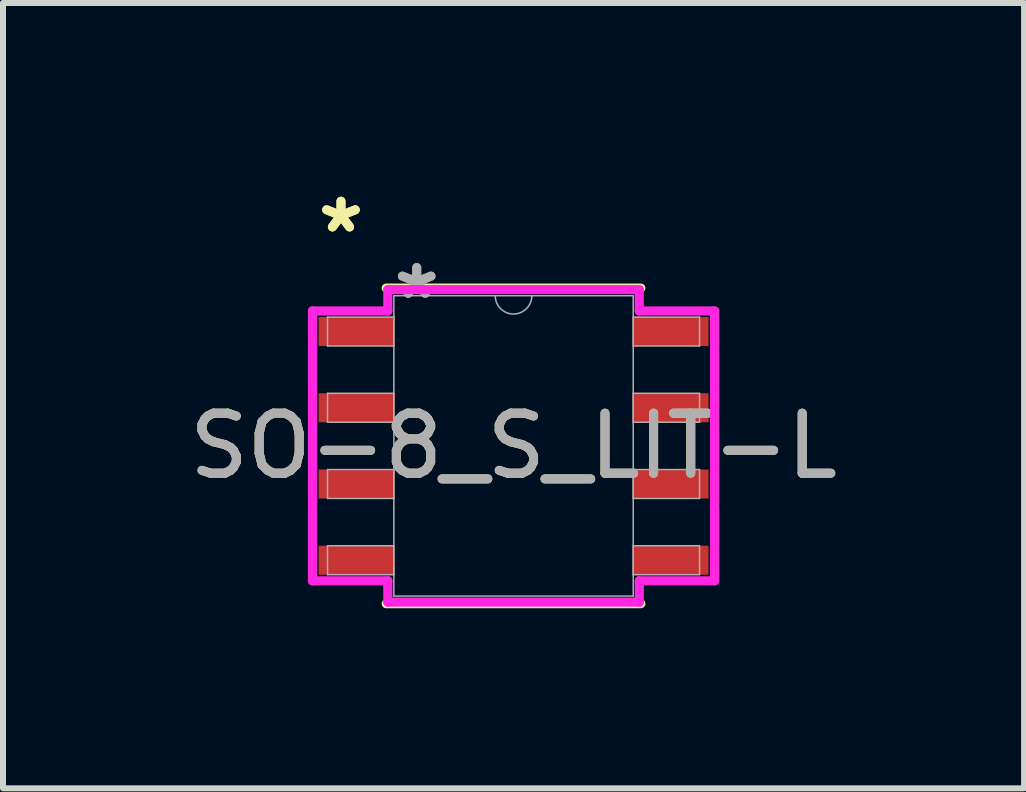
<source format=kicad_pcb>
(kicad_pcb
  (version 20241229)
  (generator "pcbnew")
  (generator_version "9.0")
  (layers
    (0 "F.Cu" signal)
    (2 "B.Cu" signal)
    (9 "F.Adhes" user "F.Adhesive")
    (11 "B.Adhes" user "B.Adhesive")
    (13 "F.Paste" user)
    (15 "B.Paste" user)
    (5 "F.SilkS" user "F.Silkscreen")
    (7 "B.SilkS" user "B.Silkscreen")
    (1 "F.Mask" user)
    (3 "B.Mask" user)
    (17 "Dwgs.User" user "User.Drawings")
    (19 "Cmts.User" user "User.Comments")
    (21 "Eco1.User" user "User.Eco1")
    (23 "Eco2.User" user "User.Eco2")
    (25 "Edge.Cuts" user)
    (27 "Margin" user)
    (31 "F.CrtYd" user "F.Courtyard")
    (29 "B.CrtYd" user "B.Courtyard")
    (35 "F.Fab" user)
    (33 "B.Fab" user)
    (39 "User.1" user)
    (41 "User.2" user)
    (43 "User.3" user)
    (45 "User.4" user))
  (footprint "SO-8_S_LIT-L"
    (layer "F.Cu")
    (at 5.506 4.379)
    (property "Reference" "SO-8_S_LIT-L" (at 0 0 0) (unlocked yes) (layer "F.SilkS") (effects (font (size 1 1) (thickness 0.15))))
    (attr smd)
    (fp_line (start -2.121 2.629) (end 2.121 2.629) (stroke (width 0.152) (type solid)) (layer "F.SilkS"))
    (fp_line (start 2.121 -2.629) (end -2.121 -2.629) (stroke (width 0.152) (type solid)) (layer "F.SilkS"))
    (fp_line (start -3.35 -2.248) (end -2.095 -2.248) (stroke (width 0.152) (type solid)) (layer "F.CrtYd"))
    (fp_line (start -3.35 2.248) (end -3.35 -2.248) (stroke (width 0.152) (type solid)) (layer "F.CrtYd"))
    (fp_line (start -3.35 2.248) (end -2.095 2.248) (stroke (width 0.152) (type solid)) (layer "F.CrtYd"))
    (fp_line (start -2.095 -2.603) (end 2.095 -2.603) (stroke (width 0.152) (type solid)) (layer "F.CrtYd"))
    (fp_line (start -2.095 -2.248) (end -2.095 -2.603) (stroke (width 0.152) (type solid)) (layer "F.CrtYd"))
    (fp_line (start -2.095 2.603) (end -2.095 2.248) (stroke (width 0.152) (type solid)) (layer "F.CrtYd"))
    (fp_line (start 2.095 -2.603) (end 2.095 -2.248) (stroke (width 0.152) (type solid)) (layer "F.CrtYd"))
    (fp_line (start 2.095 2.248) (end 2.095 2.603) (stroke (width 0.152) (type solid)) (layer "F.CrtYd"))
    (fp_line (start 2.095 2.603) (end -2.095 2.603) (stroke (width 0.152) (type solid)) (layer "F.CrtYd"))
    (fp_line (start 3.35 -2.248) (end 2.095 -2.248) (stroke (width 0.152) (type solid)) (layer "F.CrtYd"))
    (fp_line (start 3.35 -2.248) (end 3.35 2.248) (stroke (width 0.152) (type solid)) (layer "F.CrtYd"))
    (fp_line (start 3.35 2.248) (end 2.095 2.248) (stroke (width 0.152) (type solid)) (layer "F.CrtYd"))
    (fp_line (start -3.099 -2.146) (end -3.099 -1.664) (stroke (width 0.025) (type solid)) (layer "F.Fab"))
    (fp_line (start -3.099 -1.664) (end -1.994 -1.664) (stroke (width 0.025) (type solid)) (layer "F.Fab"))
    (fp_line (start -3.099 -0.876) (end -3.099 -0.394) (stroke (width 0.025) (type solid)) (layer "F.Fab"))
    (fp_line (start -3.099 -0.394) (end -1.994 -0.394) (stroke (width 0.025) (type solid)) (layer "F.Fab"))
    (fp_line (start -3.099 0.394) (end -3.099 0.876) (stroke (width 0.025) (type solid)) (layer "F.Fab"))
    (fp_line (start -3.099 0.876) (end -1.994 0.876) (stroke (width 0.025) (type solid)) (layer "F.Fab"))
    (fp_line (start -3.099 1.664) (end -3.099 2.146) (stroke (width 0.025) (type solid)) (layer "F.Fab"))
    (fp_line (start -3.099 2.146) (end -1.994 2.146) (stroke (width 0.025) (type solid)) (layer "F.Fab"))
    (fp_line (start -1.994 -2.502) (end -1.994 2.502) (stroke (width 0.025) (type solid)) (layer "F.Fab"))
    (fp_line (start -1.994 -2.146) (end -3.099 -2.146) (stroke (width 0.025) (type solid)) (layer "F.Fab"))
    (fp_line (start -1.994 -1.664) (end -1.994 -2.146) (stroke (width 0.025) (type solid)) (layer "F.Fab"))
    (fp_line (start -1.994 -0.876) (end -3.099 -0.876) (stroke (width 0.025) (type solid)) (layer "F.Fab"))
    (fp_line (start -1.994 -0.394) (end -1.994 -0.876) (stroke (width 0.025) (type solid)) (layer "F.Fab"))
    (fp_line (start -1.994 0.394) (end -3.099 0.394) (stroke (width 0.025) (type solid)) (layer "F.Fab"))
    (fp_line (start -1.994 0.876) (end -1.994 0.394) (stroke (width 0.025) (type solid)) (layer "F.Fab"))
    (fp_line (start -1.994 1.664) (end -3.099 1.664) (stroke (width 0.025) (type solid)) (layer "F.Fab"))
    (fp_line (start -1.994 2.146) (end -1.994 1.664) (stroke (width 0.025) (type solid)) (layer "F.Fab"))
    (fp_line (start -1.994 2.502) (end 1.994 2.502) (stroke (width 0.025) (type solid)) (layer "F.Fab"))
    (fp_line (start 1.994 -2.502) (end -1.994 -2.502) (stroke (width 0.025) (type solid)) (layer "F.Fab"))
    (fp_line (start 1.994 -2.146) (end 1.994 -1.664) (stroke (width 0.025) (type solid)) (layer "F.Fab"))
    (fp_line (start 1.994 -1.664) (end 3.099 -1.664) (stroke (width 0.025) (type solid)) (layer "F.Fab"))
    (fp_line (start 1.994 -0.876) (end 1.994 -0.394) (stroke (width 0.025) (type solid)) (layer "F.Fab"))
    (fp_line (start 1.994 -0.394) (end 3.099 -0.394) (stroke (width 0.025) (type solid)) (layer "F.Fab"))
    (fp_line (start 1.994 0.394) (end 1.994 0.876) (stroke (width 0.025) (type solid)) (layer "F.Fab"))
    (fp_line (start 1.994 0.876) (end 3.099 0.876) (stroke (width 0.025) (type solid)) (layer "F.Fab"))
    (fp_line (start 1.994 1.664) (end 1.994 2.146) (stroke (width 0.025) (type solid)) (layer "F.Fab"))
    (fp_line (start 1.994 2.146) (end 3.099 2.146) (stroke (width 0.025) (type solid)) (layer "F.Fab"))
    (fp_line (start 1.994 2.502) (end 1.994 -2.502) (stroke (width 0.025) (type solid)) (layer "F.Fab"))
    (fp_line (start 3.099 -2.146) (end 1.994 -2.146) (stroke (width 0.025) (type solid)) (layer "F.Fab"))
    (fp_line (start 3.099 -1.664) (end 3.099 -2.146) (stroke (width 0.025) (type solid)) (layer "F.Fab"))
    (fp_line (start 3.099 -0.876) (end 1.994 -0.876) (stroke (width 0.025) (type solid)) (layer "F.Fab"))
    (fp_line (start 3.099 -0.394) (end 3.099 -0.876) (stroke (width 0.025) (type solid)) (layer "F.Fab"))
    (fp_line (start 3.099 0.394) (end 1.994 0.394) (stroke (width 0.025) (type solid)) (layer "F.Fab"))
    (fp_line (start 3.099 0.876) (end 3.099 0.394) (stroke (width 0.025) (type solid)) (layer "F.Fab"))
    (fp_line (start 3.099 1.664) (end 1.994 1.664) (stroke (width 0.025) (type solid)) (layer "F.Fab"))
    (fp_line (start 3.099 2.146) (end 3.099 1.664) (stroke (width 0.025) (type solid)) (layer "F.Fab"))
    (fp_arc (start 0.3048 -2.5019) (mid 0 -2.1971) (end -0.3048 -2.5019) (stroke (width 0.0254) (type solid)) (layer "F.Fab"))
    (fp_text user "*" (at -2.875 -3.531 0) (unlocked yes) (layer "F.SilkS") (effects (font (size 1 1) (thickness 0.15))))
    (fp_text user "*" (at -2.875 -3.531 0) (layer "F.SilkS") (effects (font (size 1 1) (thickness 0.15))))
    (fp_text user "*" (at -1.613 -2.426 0) (unlocked yes) (layer "F.Fab") (effects (font (size 1 1) (thickness 0.15))))
    (fp_text user "${REFERENCE}" (at 0 0 0) (unlocked yes) (layer "F.Fab") (effects (font (size 1 1) (thickness 0.15))))
    (fp_text user "*" (at -1.613 -2.426 0) (layer "F.Fab") (effects (font (size 1 1) (thickness 0.15))))
    (pad "1" smd rect (at -2.621 -1.905) (size 1.255 0.483) (layers "F.Cu" "F.Mask" "F.Paste"))
    (pad "2" smd rect (at -2.621 -0.635) (size 1.255 0.483) (layers "F.Cu" "F.Mask" "F.Paste"))
    (pad "3" smd rect (at -2.621 0.635) (size 1.255 0.483) (layers "F.Cu" "F.Mask" "F.Paste"))
    (pad "4" smd rect (at -2.621 1.905) (size 1.255 0.483) (layers "F.Cu" "F.Mask" "F.Paste"))
    (pad "5" smd rect (at 2.621 1.905) (size 1.255 0.483) (layers "F.Cu" "F.Mask" "F.Paste"))
    (pad "6" smd rect (at 2.621 0.635) (size 1.255 0.483) (layers "F.Cu" "F.Mask" "F.Paste"))
    (pad "7" smd rect (at 2.621 -0.635) (size 1.255 0.483) (layers "F.Cu" "F.Mask" "F.Paste"))
    (pad "8" smd rect (at 2.621 -1.905) (size 1.255 0.483) (layers "F.Cu" "F.Mask" "F.Paste")))
  (gr_rect
    (start -3 -3)
    (end 14.012 10.084)
    (stroke (width 0.1) (type default))
    (fill no)
    (layer "Edge.Cuts")))
</source>
